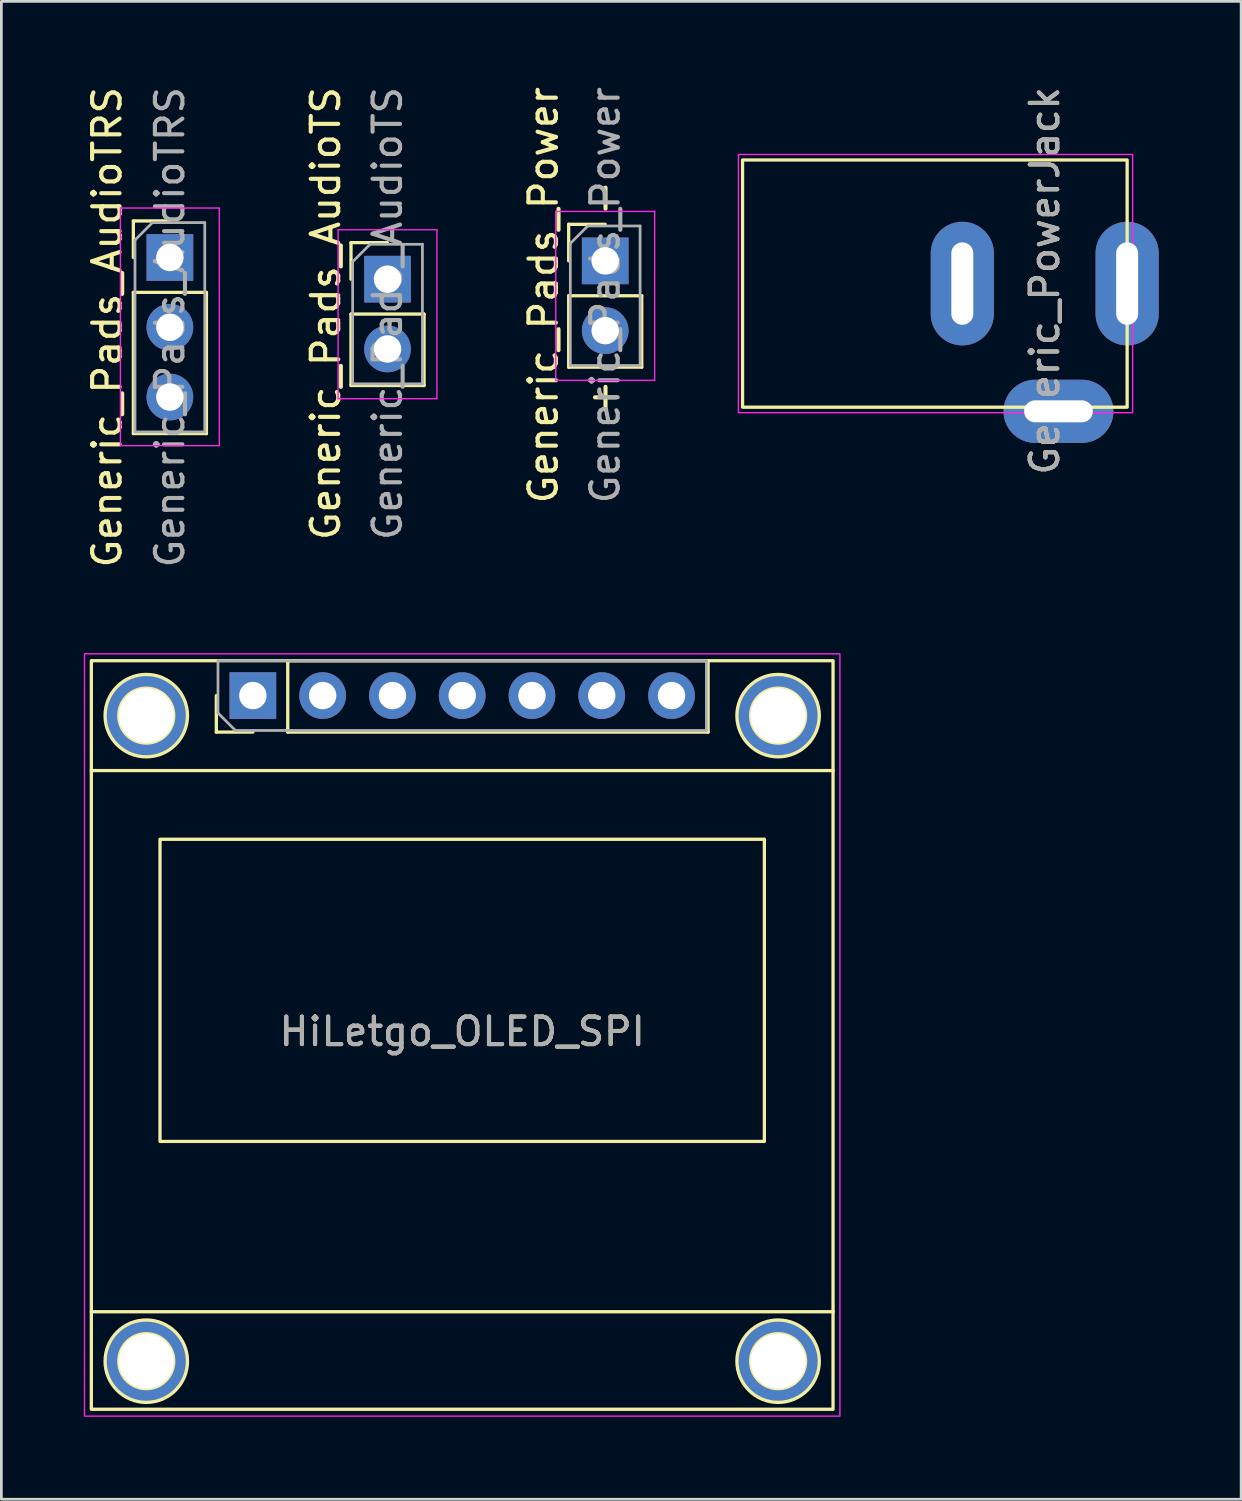
<source format=kicad_pcb>
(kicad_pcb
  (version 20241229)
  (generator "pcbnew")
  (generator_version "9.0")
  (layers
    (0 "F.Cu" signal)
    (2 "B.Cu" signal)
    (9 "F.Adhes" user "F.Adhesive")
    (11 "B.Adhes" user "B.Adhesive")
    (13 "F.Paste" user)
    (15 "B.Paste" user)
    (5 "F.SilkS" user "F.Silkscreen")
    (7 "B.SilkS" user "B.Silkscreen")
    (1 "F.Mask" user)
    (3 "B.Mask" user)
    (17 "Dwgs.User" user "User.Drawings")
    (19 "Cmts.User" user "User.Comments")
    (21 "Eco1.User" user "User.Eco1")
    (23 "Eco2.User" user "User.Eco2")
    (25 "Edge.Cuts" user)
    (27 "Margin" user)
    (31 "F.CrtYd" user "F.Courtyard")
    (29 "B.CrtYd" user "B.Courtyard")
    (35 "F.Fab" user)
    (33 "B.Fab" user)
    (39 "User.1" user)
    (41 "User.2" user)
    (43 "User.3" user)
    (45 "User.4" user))
  (footprint "Generic_Pads_AudioTS"
    (layer "F.Cu")
    (at 11.057 7.093)
    (property "Reference" "Generic_Pads_AudioTS" (at -2.25 1.27 90) (layer "F.SilkS") (effects (font (size 1 1) (thickness 0.15))))
    (attr through_hole)
    (fp_line (start -1.33 -1.31) (end 0 -1.31) (stroke (width 0.12) (type solid)) (layer "F.SilkS"))
    (fp_line (start -1.33 0.02) (end -1.33 -1.31) (stroke (width 0.12) (type solid)) (layer "F.SilkS"))
    (fp_line (start -1.33 1.29) (end -1.33 3.89) (stroke (width 0.12) (type solid)) (layer "F.SilkS"))
    (fp_line (start -1.33 1.29) (end 1.33 1.29) (stroke (width 0.12) (type solid)) (layer "F.SilkS"))
    (fp_line (start -1.33 3.89) (end 1.33 3.89) (stroke (width 0.12) (type solid)) (layer "F.SilkS"))
    (fp_line (start 1.33 1.29) (end 1.33 3.89) (stroke (width 0.12) (type solid)) (layer "F.SilkS"))
    (fp_line (start -1.8 -1.78) (end -1.8 4.37) (stroke (width 0.05) (type solid)) (layer "F.CrtYd"))
    (fp_line (start -1.8 4.37) (end 1.8 4.37) (stroke (width 0.05) (type solid)) (layer "F.CrtYd"))
    (fp_line (start 1.8 -1.78) (end -1.8 -1.78) (stroke (width 0.05) (type solid)) (layer "F.CrtYd"))
    (fp_line (start 1.8 4.37) (end 1.8 -1.78) (stroke (width 0.05) (type solid)) (layer "F.CrtYd"))
    (fp_line (start -1.27 -0.615) (end -0.635 -1.25) (stroke (width 0.1) (type solid)) (layer "F.Fab"))
    (fp_line (start -1.27 3.83) (end -1.27 -0.615) (stroke (width 0.1) (type solid)) (layer "F.Fab"))
    (fp_line (start -0.635 -1.25) (end 1.27 -1.25) (stroke (width 0.1) (type solid)) (layer "F.Fab"))
    (fp_line (start 1.27 -1.25) (end 1.27 3.83) (stroke (width 0.1) (type solid)) (layer "F.Fab"))
    (fp_line (start 1.27 3.83) (end -1.27 3.83) (stroke (width 0.1) (type solid)) (layer "F.Fab"))
    (fp_text user "${REFERENCE}" (at 0 1.27 90) (layer "F.Fab") (effects (font (size 1 1) (thickness 0.15))))
    (pad "S" thru_hole rect (at 0 0.02) (size 1.7 1.7) (drill 1) (layers "*.Cu" "*.Mask"))
    (pad "T" thru_hole oval (at 0 2.56) (size 1.7 1.7) (drill 1) (layers "*.Cu" "*.Mask")))
  (footprint "HiLetgo_OLED_SPI"
    (layer "F.Cu")
    (at 13.775 34.501)
    (property "Reference" "HiLetgo_OLED_SPI" (at 0 0 0) (unlocked yes) (layer "F.SilkS") (effects (font (size 1 1) (thickness 0.15))))
    (attr through_hole)
    (fp_line (start -13.5 -9.5) (end 13.5 -9.5) (stroke (width 0.12) (type solid)) (layer "F.SilkS"))
    (fp_line (start -13.5 10.2) (end 13.5 10.2) (stroke (width 0.12) (type solid)) (layer "F.SilkS"))
    (fp_line (start -8.95 -10.9) (end -8.95 -12.23) (stroke (width 0.12) (type solid)) (layer "F.SilkS"))
    (fp_line (start -7.62 -10.9) (end -8.95 -10.9) (stroke (width 0.12) (type solid)) (layer "F.SilkS"))
    (fp_line (start -6.35 -13.5) (end 8.95 -13.5) (stroke (width 0.12) (type solid)) (layer "F.SilkS"))
    (fp_line (start -6.35 -10.9) (end -6.35 -13.5) (stroke (width 0.12) (type solid)) (layer "F.SilkS"))
    (fp_line (start -6.35 -10.9) (end 8.95 -10.9) (stroke (width 0.12) (type solid)) (layer "F.SilkS"))
    (fp_line (start 8.95 -10.9) (end 8.95 -13.5) (stroke (width 0.12) (type solid)) (layer "F.SilkS"))
    (fp_rect (start -13.5 -13.5) (end 13.5 13.75) (stroke (width 0.12) (type solid)) (fill no) (layer "F.SilkS"))
    (fp_rect (start -11 -7) (end 11 4) (stroke (width 0.12) (type solid)) (fill no) (layer "F.SilkS"))
    (fp_circle (center -11.5 -11.5) (end -13 -11.5) (stroke (width 0.12) (type solid)) (fill no) (layer "F.SilkS"))
    (fp_circle (center -11.5 -11.5) (end -10.5 -11.5) (stroke (width 0.12) (type solid)) (fill no) (layer "F.SilkS"))
    (fp_circle (center -11.5 12) (end -10.5 12) (stroke (width 0.12) (type solid)) (fill no) (layer "F.SilkS"))
    (fp_circle (center -11.5 12) (end -10 12) (stroke (width 0.12) (type solid)) (fill no) (layer "F.SilkS"))
    (fp_circle (center 11.5 -11.5) (end 12.5 -11.5) (stroke (width 0.12) (type solid)) (fill no) (layer "F.SilkS"))
    (fp_circle (center 11.5 -11.5) (end 13 -11.5) (stroke (width 0.12) (type solid)) (fill no) (layer "F.SilkS"))
    (fp_circle (center 11.5 12) (end 12.5 12) (stroke (width 0.12) (type solid)) (fill no) (layer "F.SilkS"))
    (fp_circle (center 11.5 12) (end 13 12) (stroke (width 0.12) (type solid)) (fill no) (layer "F.SilkS"))
    (fp_rect (start -13.75 -13.75) (end 13.75 14) (stroke (width 0.05) (type solid)) (fill no) (layer "F.CrtYd"))
    (fp_line (start -8.89 -13.5) (end 8.89 -13.5) (stroke (width 0.1) (type solid)) (layer "F.Fab"))
    (fp_line (start -8.89 -11.595) (end -8.89 -13.5) (stroke (width 0.1) (type solid)) (layer "F.Fab"))
    (fp_line (start -8.255 -10.96) (end -8.89 -11.595) (stroke (width 0.1) (type solid)) (layer "F.Fab"))
    (fp_line (start 8.89 -13.5) (end 8.89 -10.96) (stroke (width 0.1) (type solid)) (layer "F.Fab"))
    (fp_line (start 8.89 -10.96) (end -8.255 -10.96) (stroke (width 0.1) (type solid)) (layer "F.Fab"))
    (fp_text user "${REFERENCE}" (at 0 0 180) (layer "F.Fab") (effects (font (size 1 1) (thickness 0.15))))
    (pad "" np_thru_hole circle (at -11.5 -11.5) (size 3 3) (drill 2) (layers "*.Cu" "*.Mask"))
    (pad "" np_thru_hole circle (at -11.5 12) (size 3 3) (drill 2) (layers "*.Cu" "*.Mask"))
    (pad "" np_thru_hole circle (at 11.5 -11.5) (size 3 3) (drill 2) (layers "*.Cu" "*.Mask"))
    (pad "" np_thru_hole circle (at 11.5 12) (size 3 3) (drill 2) (layers "*.Cu" "*.Mask"))
    (pad "1" thru_hole rect (at -7.62 -12.23 90) (size 1.7 1.7) (drill 1) (layers "*.Cu" "*.Mask"))
    (pad "2" thru_hole oval (at -5.08 -12.23 90) (size 1.7 1.7) (drill 1) (layers "*.Cu" "*.Mask"))
    (pad "3" thru_hole oval (at -2.54 -12.23 90) (size 1.7 1.7) (drill 1) (layers "*.Cu" "*.Mask"))
    (pad "4" thru_hole oval (at 0 -12.23 90) (size 1.7 1.7) (drill 1) (layers "*.Cu" "*.Mask"))
    (pad "5" thru_hole oval (at 2.54 -12.23 90) (size 1.7 1.7) (drill 1) (layers "*.Cu" "*.Mask"))
    (pad "6" thru_hole oval (at 5.08 -12.23 90) (size 1.7 1.7) (drill 1) (layers "*.Cu" "*.Mask"))
    (pad "7" thru_hole oval (at 7.62 -12.23 90) (size 1.7 1.7) (drill 1) (layers "*.Cu" "*.Mask")))
  (footprint "Generic_PowerJack"
    (layer "F.Cu")
    (at 34.981 9.459)
    (property "Reference" "Generic_PowerJack" (at 0 -2.286 90) (unlocked yes) (layer "F.SilkS") (effects (font (size 1 1) (thickness 0.15))))
    (attr through_hole)
    (fp_rect (start -11 -6.686) (end 3 2.314) (stroke (width 0.12) (type solid)) (fill no) (layer "F.SilkS"))
    (fp_rect (start -11.15 -6.886) (end 3.2 2.514) (stroke (width 0.05) (type solid)) (fill no) (layer "F.CrtYd"))
    (fp_text user "${REFERENCE}" (at 0 -2.286 90) (unlocked yes) (layer "F.Fab") (effects (font (size 1 1) (thickness 0.15))))
    (pad "1" thru_hole oval (at 3 -2.186) (size 2.3 4.5) (drill oval 0.8 3) (layers "*.Cu" "*.Mask"))
    (pad "2" thru_hole oval (at -3 -2.186) (size 2.3 4.5) (drill oval 0.8 3) (layers "*.Cu" "*.Mask"))
    (pad "3" thru_hole oval (at 0.5 2.464 90) (size 2.3 4) (drill oval 0.8 2.5) (layers "*.Cu" "*.Mask")))
  (footprint "Generic_Pads_AudioTRS"
    (layer "F.Cu")
    (at 3.134 6.323)
    (property "Reference" "Generic_Pads_AudioTRS" (at -2.286 2.54 90) (layer "F.SilkS") (effects (font (size 1 1) (thickness 0.15))))
    (attr through_hole)
    (fp_line (start -1.33 -1.33) (end 0 -1.33) (stroke (width 0.12) (type solid)) (layer "F.SilkS"))
    (fp_line (start -1.33 0) (end -1.33 -1.33) (stroke (width 0.12) (type solid)) (layer "F.SilkS"))
    (fp_line (start -1.33 1.27) (end -1.33 6.41) (stroke (width 0.12) (type solid)) (layer "F.SilkS"))
    (fp_line (start -1.33 1.27) (end 1.33 1.27) (stroke (width 0.12) (type solid)) (layer "F.SilkS"))
    (fp_line (start -1.33 6.41) (end 1.33 6.41) (stroke (width 0.12) (type solid)) (layer "F.SilkS"))
    (fp_line (start 1.33 1.27) (end 1.33 6.41) (stroke (width 0.12) (type solid)) (layer "F.SilkS"))
    (fp_line (start -1.8 -1.8) (end -1.8 6.85) (stroke (width 0.05) (type solid)) (layer "F.CrtYd"))
    (fp_line (start -1.8 6.85) (end 1.8 6.85) (stroke (width 0.05) (type solid)) (layer "F.CrtYd"))
    (fp_line (start 1.8 -1.8) (end -1.8 -1.8) (stroke (width 0.05) (type solid)) (layer "F.CrtYd"))
    (fp_line (start 1.8 6.85) (end 1.8 -1.8) (stroke (width 0.05) (type solid)) (layer "F.CrtYd"))
    (fp_line (start -1.27 -0.635) (end -0.635 -1.27) (stroke (width 0.1) (type solid)) (layer "F.Fab"))
    (fp_line (start -1.27 6.35) (end -1.27 -0.635) (stroke (width 0.1) (type solid)) (layer "F.Fab"))
    (fp_line (start -0.635 -1.27) (end 1.27 -1.27) (stroke (width 0.1) (type solid)) (layer "F.Fab"))
    (fp_line (start 1.27 -1.27) (end 1.27 6.35) (stroke (width 0.1) (type solid)) (layer "F.Fab"))
    (fp_line (start 1.27 6.35) (end -1.27 6.35) (stroke (width 0.1) (type solid)) (layer "F.Fab"))
    (fp_text user "${REFERENCE}" (at 0 2.54 90) (layer "F.Fab") (effects (font (size 1 1) (thickness 0.15))))
    (pad "R" thru_hole oval (at 0 2.54) (size 1.7 1.7) (drill 1) (layers "*.Cu" "*.Mask"))
    (pad "S" thru_hole rect (at 0 0) (size 1.7 1.7) (drill 1) (layers "*.Cu" "*.Mask"))
    (pad "T" thru_hole oval (at 0 5.08) (size 1.7 1.7) (drill 1) (layers "*.Cu" "*.Mask")))
  (footprint "Generic_Pads_Power"
    (layer "F.Cu")
    (at 18.959 6.478)
    (property "Reference" "Generic_Pads_Power" (at -2.228 1.218 90) (layer "F.SilkS") (effects (font (size 1 1) (thickness 0.15))))
    (attr through_hole)
    (fp_line (start -1.308 -1.362) (end 0.022 -1.362) (stroke (width 0.12) (type solid)) (layer "F.SilkS"))
    (fp_line (start -1.308 -0.032) (end -1.308 -1.362) (stroke (width 0.12) (type solid)) (layer "F.SilkS"))
    (fp_line (start -1.308 1.238) (end -1.308 3.838) (stroke (width 0.12) (type solid)) (layer "F.SilkS"))
    (fp_line (start -1.308 1.238) (end 1.352 1.238) (stroke (width 0.12) (type solid)) (layer "F.SilkS"))
    (fp_line (start -1.308 3.838) (end 1.352 3.838) (stroke (width 0.12) (type solid)) (layer "F.SilkS"))
    (fp_line (start 1.352 1.238) (end 1.352 3.838) (stroke (width 0.12) (type solid)) (layer "F.SilkS"))
    (fp_line (start -1.778 -1.832) (end -1.778 4.318) (stroke (width 0.05) (type solid)) (layer "F.CrtYd"))
    (fp_line (start -1.778 4.318) (end 1.822 4.318) (stroke (width 0.05) (type solid)) (layer "F.CrtYd"))
    (fp_line (start 1.822 -1.832) (end -1.778 -1.832) (stroke (width 0.05) (type solid)) (layer "F.CrtYd"))
    (fp_line (start 1.822 4.318) (end 1.822 -1.832) (stroke (width 0.05) (type solid)) (layer "F.CrtYd"))
    (fp_line (start -1.248 -0.667) (end -0.613 -1.302) (stroke (width 0.1) (type solid)) (layer "F.Fab"))
    (fp_line (start -1.248 3.778) (end -1.248 -0.667) (stroke (width 0.1) (type solid)) (layer "F.Fab"))
    (fp_line (start -0.613 -1.302) (end 1.292 -1.302) (stroke (width 0.1) (type solid)) (layer "F.Fab"))
    (fp_line (start 1.292 -1.302) (end 1.292 3.778) (stroke (width 0.1) (type solid)) (layer "F.Fab"))
    (fp_line (start 1.292 3.778) (end -1.248 3.778) (stroke (width 0.1) (type solid)) (layer "F.Fab"))
    (fp_text user "-" (at -0.478 -3.032 270) (unlocked yes) (layer "F.SilkS") (effects (font (size 1 1) (thickness 0.15)) (justify left bottom)))
    (fp_text user "+" (at -0.478 4.218 270) (unlocked yes) (layer "F.SilkS") (effects (font (size 1 1) (thickness 0.15)) (justify left bottom)))
    (fp_text user "${REFERENCE}" (at 0.022 1.218 90) (layer "F.Fab") (effects (font (size 1 1) (thickness 0.15))))
    (pad "1" thru_hole rect (at 0.022 -0.032) (size 1.7 1.7) (drill 1) (layers "*.Cu" "*.Mask"))
    (pad "2" thru_hole oval (at 0.022 2.508) (size 1.7 1.7) (drill 1) (layers "*.Cu" "*.Mask")))
  (gr_rect
    (start -3 -3)
    (end 42.131 51.526)
    (stroke (width 0.1) (type default))
    (fill no)
    (layer "Edge.Cuts")))
</source>
